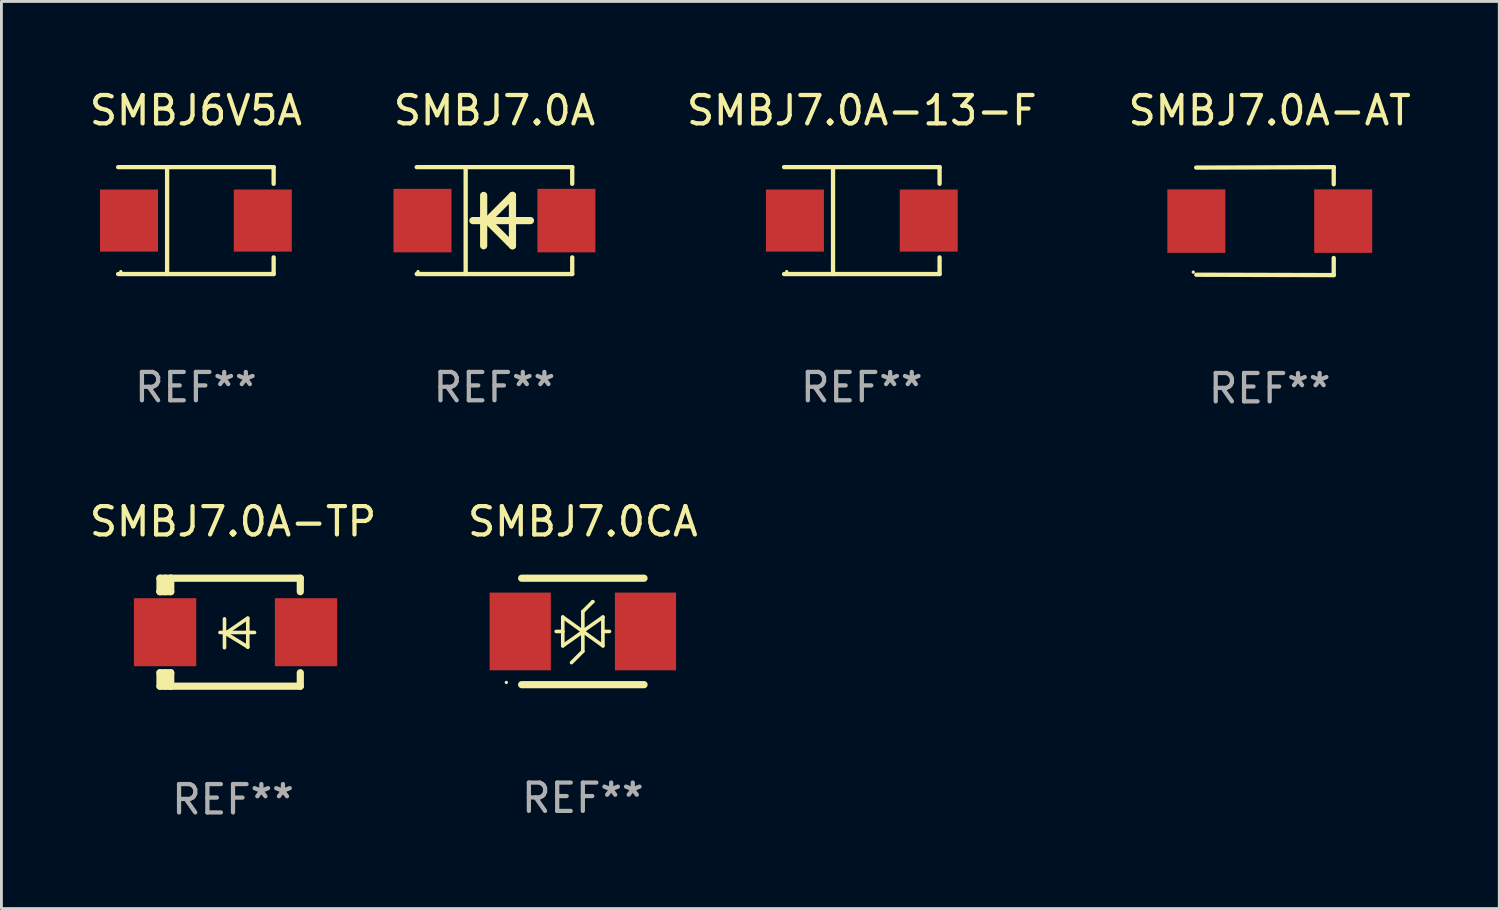
<source format=kicad_pcb>
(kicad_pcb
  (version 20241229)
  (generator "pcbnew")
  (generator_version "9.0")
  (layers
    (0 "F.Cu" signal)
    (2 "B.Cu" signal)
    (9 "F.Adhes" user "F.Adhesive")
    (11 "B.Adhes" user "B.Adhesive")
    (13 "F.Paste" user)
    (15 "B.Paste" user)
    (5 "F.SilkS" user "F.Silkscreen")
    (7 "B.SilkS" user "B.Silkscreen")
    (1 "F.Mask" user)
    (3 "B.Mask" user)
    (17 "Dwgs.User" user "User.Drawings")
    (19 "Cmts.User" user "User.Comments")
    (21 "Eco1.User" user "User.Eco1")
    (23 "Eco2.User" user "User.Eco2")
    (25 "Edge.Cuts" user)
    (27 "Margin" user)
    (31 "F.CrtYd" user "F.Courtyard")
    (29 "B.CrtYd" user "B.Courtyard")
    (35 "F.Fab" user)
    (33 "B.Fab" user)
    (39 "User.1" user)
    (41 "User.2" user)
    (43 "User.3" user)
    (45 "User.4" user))
  (footprint "SMBJ7.0A-TP"
    (layer "F.Cu")
    (at 5.173 19.26)
    (property "Reference" "SMBJ7.0A-TP" (at 0 -3.905 0) (layer "F.SilkS") (effects (font (size 1 1) (thickness 0.15))))
    (attr through_hole)
    (fp_line (start -2.577 -1.905) (end -2.577 -1.431) (stroke (width 0.254) (type solid)) (layer "F.SilkS"))
    (fp_line (start -2.577 1.431) (end -2.577 1.905) (stroke (width 0.254) (type solid)) (layer "F.SilkS"))
    (fp_line (start -2.577 1.431) (end -2.198 1.431) (stroke (width 0.254) (type solid)) (layer "F.SilkS"))
    (fp_line (start -2.577 1.905) (end -2.198 1.905) (stroke (width 0.254) (type solid)) (layer "F.SilkS"))
    (fp_line (start -2.577 -1.431) (end -2.577 -1.431) (stroke (width 0.254) (type solid)) (layer "F.SilkS"))
    (fp_line (start -2.395 -1.431) (end -2.395 -1.905) (stroke (width 0.254) (type solid)) (layer "F.SilkS"))
    (fp_line (start -2.395 1.905) (end -2.395 1.431) (stroke (width 0.254) (type solid)) (layer "F.SilkS"))
    (fp_line (start -2.198 -1.905) (end -2.577 -1.905) (stroke (width 0.254) (type solid)) (layer "F.SilkS"))
    (fp_line (start -2.198 -1.905) (end 2.374 -1.905) (stroke (width 0.254) (type solid)) (layer "F.SilkS"))
    (fp_line (start -2.198 -1.431) (end -2.577 -1.431) (stroke (width 0.254) (type solid)) (layer "F.SilkS"))
    (fp_line (start -2.198 -1.431) (end -2.198 -1.905) (stroke (width 0.254) (type solid)) (layer "F.SilkS"))
    (fp_line (start -2.198 1.905) (end -2.198 1.431) (stroke (width 0.254) (type solid)) (layer "F.SilkS"))
    (fp_line (start -0.46 0.01) (end 0.759 0.01) (stroke (width 0.127) (type solid)) (layer "F.SilkS"))
    (fp_line (start -0.301 -0.47) (end -0.301 0.546) (stroke (width 0.127) (type solid)) (layer "F.SilkS"))
    (fp_line (start -0.262 0.04) (end 0.521 0.52) (stroke (width 0.127) (type solid)) (layer "F.SilkS"))
    (fp_line (start 0.521 -0.5) (end -0.262 0.04) (stroke (width 0.127) (type solid)) (layer "F.SilkS"))
    (fp_line (start 0.521 0.53) (end 0.521 -0.486) (stroke (width 0.127) (type solid)) (layer "F.SilkS"))
    (fp_line (start 2.374 -1.905) (end 2.374 -1.431) (stroke (width 0.254) (type solid)) (layer "F.SilkS"))
    (fp_line (start 2.374 1.431) (end 2.374 1.905) (stroke (width 0.254) (type solid)) (layer "F.SilkS"))
    (fp_line (start 2.374 1.905) (end -2.198 1.905) (stroke (width 0.254) (type solid)) (layer "F.SilkS"))
    (fp_circle (center -2.561 1.8) (end -2.531 1.8) (stroke (width 0.06) (type solid)) (fill no) (layer "F.SilkS"))
    (fp_text user "REF**" (at 0 5.905 0) (layer "F.Fab") (effects (font (size 1 1) (thickness 0.15))))
    (pad "1" smd rect (at -2.398 -0.000025) (size 2.2 2.4) (layers "F.Cu" "F.Mask" "F.Paste"))
    (pad "2" smd rect (at 2.577 -0.000025) (size 2.2 2.4) (layers "F.Cu" "F.Mask" "F.Paste")))
  (footprint "SMBJ7.0A-13-F"
    (layer "F.Cu")
    (at 27.363 4.734)
    (property "Reference" "SMBJ7.0A-13-F" (at 0 -3.886 0) (layer "F.SilkS") (effects (font (size 1 1) (thickness 0.15))))
    (attr through_hole)
    (fp_line (start -2.744 -1.886) (end 2.744 -1.886) (stroke (width 0.152) (type solid)) (layer "F.SilkS"))
    (fp_line (start -2.744 1.886) (end 2.744 1.886) (stroke (width 0.152) (type solid)) (layer "F.SilkS"))
    (fp_line (start -1.016 -1.886) (end -1.016 1.886) (stroke (width 0.152) (type solid)) (layer "F.SilkS"))
    (fp_line (start 2.744 -1.886) (end 2.744 -1.299) (stroke (width 0.152) (type solid)) (layer "F.SilkS"))
    (fp_line (start 2.744 1.886) (end 2.744 1.299) (stroke (width 0.152) (type solid)) (layer "F.SilkS"))
    (fp_circle (center -2.65 1.8) (end -2.62 1.8) (stroke (width 0.06) (type solid)) (fill no) (layer "F.SilkS"))
    (fp_text user "REF**" (at 0 5.886 0) (layer "F.Fab") (effects (font (size 1 1) (thickness 0.15))))
    (pad "1" smd rect (at -2.361 0) (size 2.047 2.192) (layers "F.Cu" "F.Mask" "F.Paste"))
    (pad "2" smd rect (at 2.361 0) (size 2.047 2.192) (layers "F.Cu" "F.Mask" "F.Paste")))
  (footprint "SMBJ6V5A"
    (layer "F.Cu")
    (at 3.863 4.734)
    (property "Reference" "SMBJ6V5A" (at 0 -3.886 0) (layer "F.SilkS") (effects (font (size 1 1) (thickness 0.15))))
    (attr through_hole)
    (fp_line (start -2.744 -1.886) (end 2.744 -1.886) (stroke (width 0.152) (type solid)) (layer "F.SilkS"))
    (fp_line (start -2.744 1.886) (end 2.744 1.886) (stroke (width 0.152) (type solid)) (layer "F.SilkS"))
    (fp_line (start -1.016 -1.886) (end -1.016 1.886) (stroke (width 0.152) (type solid)) (layer "F.SilkS"))
    (fp_line (start 2.744 -1.886) (end 2.744 -1.299) (stroke (width 0.152) (type solid)) (layer "F.SilkS"))
    (fp_line (start 2.744 1.886) (end 2.744 1.299) (stroke (width 0.152) (type solid)) (layer "F.SilkS"))
    (fp_circle (center -2.65 1.8) (end -2.62 1.8) (stroke (width 0.06) (type solid)) (fill no) (layer "F.SilkS"))
    (fp_text user "REF**" (at 0 5.886 0) (layer "F.Fab") (effects (font (size 1 1) (thickness 0.15))))
    (pad "1" smd rect (at -2.361 0) (size 2.047 2.192) (layers "F.Cu" "F.Mask" "F.Paste"))
    (pad "2" smd rect (at 2.361 0) (size 2.047 2.192) (layers "F.Cu" "F.Mask" "F.Paste")))
  (footprint "SMBJ7.0A-AT"
    (layer "F.Cu")
    (at 41.756 4.753)
    (property "Reference" "SMBJ7.0A-AT" (at 0 -3.905 0) (layer "F.SilkS") (effects (font (size 1 1) (thickness 0.15))))
    (attr through_hole)
    (fp_line (start 2.256 -1.905) (end -2.594 -1.889) (stroke (width 0.152) (type solid)) (layer "F.SilkS"))
    (fp_line (start 2.256 -1.905) (end 2.26 -1.905) (stroke (width 0.152) (type solid)) (layer "F.SilkS"))
    (fp_line (start 2.26 -1.905) (end 2.26 -1.301) (stroke (width 0.152) (type solid)) (layer "F.SilkS"))
    (fp_line (start 2.26 1.301) (end 2.26 1.905) (stroke (width 0.152) (type solid)) (layer "F.SilkS"))
    (fp_line (start 2.26 1.905) (end -2.59 1.892) (stroke (width 0.152) (type solid)) (layer "F.SilkS"))
    (fp_circle (center -2.697 1.8) (end -2.667 1.8) (stroke (width 0.06) (type solid)) (fill no) (layer "F.SilkS"))
    (fp_text user "REF**" (at 0 5.905 0) (layer "F.Fab") (effects (font (size 1 1) (thickness 0.15))))
    (pad "1" smd rect (at -2.588 0) (size 2.047 2.241) (layers "F.Cu" "F.Mask" "F.Paste"))
    (pad "2" smd rect (at 2.594 0) (size 2.047 2.241) (layers "F.Cu" "F.Mask" "F.Paste")))
  (footprint "SMBJ7.0A"
    (layer "F.Cu")
    (at 14.399 4.734)
    (property "Reference" "SMBJ7.0A" (at 0 -3.886 0) (layer "F.SilkS") (effects (font (size 1 1) (thickness 0.15))))
    (attr through_hole)
    (fp_line (start -2.744 -1.886) (end 2.744 -1.886) (stroke (width 0.152) (type solid)) (layer "F.SilkS"))
    (fp_line (start -2.744 1.886) (end 2.744 1.886) (stroke (width 0.152) (type solid)) (layer "F.SilkS"))
    (fp_line (start -1.016 -1.886) (end -1.016 1.886) (stroke (width 0.152) (type solid)) (layer "F.SilkS"))
    (fp_line (start -0.381 -0.889) (end -0.381 0.889) (stroke (width 0.254) (type solid)) (layer "F.SilkS"))
    (fp_line (start -0.366 0) (end -0.254 0) (stroke (width 0.254) (type solid)) (layer "F.SilkS"))
    (fp_line (start -0.254 0) (end -0.328 0) (stroke (width 0.254) (type solid)) (layer "F.SilkS"))
    (fp_line (start -0.254 0) (end 0.635 -0.889) (stroke (width 0.254) (type solid)) (layer "F.SilkS"))
    (fp_line (start 0.635 -0.889) (end 0.635 0.889) (stroke (width 0.254) (type solid)) (layer "F.SilkS"))
    (fp_line (start 0.635 0.889) (end -0.254 0) (stroke (width 0.254) (type solid)) (layer "F.SilkS"))
    (fp_line (start 1.27 0) (end -0.762 0) (stroke (width 0.254) (type solid)) (layer "F.SilkS"))
    (fp_line (start 2.744 -1.886) (end 2.744 -1.299) (stroke (width 0.152) (type solid)) (layer "F.SilkS"))
    (fp_line (start 2.744 1.886) (end 2.744 1.299) (stroke (width 0.152) (type solid)) (layer "F.SilkS"))
    (fp_circle (center -2.698 1.8) (end -2.668 1.8) (stroke (width 0.06) (type solid)) (fill no) (layer "F.SilkS"))
    (fp_text user "REF**" (at 0 5.886 0) (layer "F.Fab") (effects (font (size 1 1) (thickness 0.15))))
    (pad "1" smd rect (at -2.54 0) (size 2.047 2.241) (layers "F.Cu" "F.Mask" "F.Paste"))
    (pad "2" smd rect (at 2.54 0) (size 2.047 2.241) (layers "F.Cu" "F.Mask" "F.Paste")))
  (footprint "SMBJ7.0CA"
    (layer "F.Cu")
    (at 17.518 19.233)
    (property "Reference" "SMBJ7.0CA" (at 0 -3.878 0) (layer "F.SilkS") (effects (font (size 1 1) (thickness 0.15))))
    (attr through_hole)
    (fp_line (start -2.159 -1.878) (end 2.159 -1.878) (stroke (width 0.254) (type solid)) (layer "F.SilkS"))
    (fp_line (start -0.716 0) (end -0.94 0) (stroke (width 0.127) (type solid)) (layer "F.SilkS"))
    (fp_line (start -0.708 -0.508) (end -0.708 0.508) (stroke (width 0.127) (type solid)) (layer "F.SilkS"))
    (fp_line (start -0.708 -0.508) (end 0 0.003) (stroke (width 0.127) (type solid)) (layer "F.SilkS"))
    (fp_line (start -0.708 0.008) (end -0.716 0) (stroke (width 0.127) (type solid)) (layer "F.SilkS"))
    (fp_line (start -0.708 0.508) (end 0 0.007) (stroke (width 0.127) (type solid)) (layer "F.SilkS"))
    (fp_line (start 0 -0.7) (end 0 0.7) (stroke (width 0.127) (type solid)) (layer "F.SilkS"))
    (fp_line (start 0 -0.7) (end 0.35 -1.05) (stroke (width 0.127) (type solid)) (layer "F.SilkS"))
    (fp_line (start 0 0.7) (end -0.4 1.1) (stroke (width 0.127) (type solid)) (layer "F.SilkS"))
    (fp_line (start 0.35 -1.05) (end 0.35 -1.05) (stroke (width 0.127) (type solid)) (layer "F.SilkS"))
    (fp_line (start 0.708 0.008) (end 0.716 0) (stroke (width 0.127) (type solid)) (layer "F.SilkS"))
    (fp_line (start 0.708 0.508) (end 0.708 -0.508) (stroke (width 0.127) (type solid)) (layer "F.SilkS"))
    (fp_line (start 0.708 -0.508) (end 0 -0.007) (stroke (width 0.127) (type solid)) (layer "F.SilkS"))
    (fp_line (start 0.708 0.508) (end 0 -0.003) (stroke (width 0.127) (type solid)) (layer "F.SilkS"))
    (fp_line (start 0.716 0) (end 0.94 0) (stroke (width 0.127) (type solid)) (layer "F.SilkS"))
    (fp_line (start 2.159 1.878) (end -2.159 1.878) (stroke (width 0.254) (type solid)) (layer "F.SilkS"))
    (fp_circle (center -2.7 1.8) (end -2.67 1.8) (stroke (width 0.06) (type solid)) (fill no) (layer "F.SilkS"))
    (fp_text user "REF**" (at 0 5.878 0) (layer "F.Fab") (effects (font (size 1 1) (thickness 0.15))))
    (pad "1" smd rect (at -2.21 0) (size 2.159 2.743) (layers "F.Cu" "F.Mask" "F.Paste"))
    (pad "2" smd rect (at 2.21 0) (size 2.159 2.743) (layers "F.Cu" "F.Mask" "F.Paste")))
  (gr_rect
    (start -3 -3)
    (end 49.857 29.013)
    (stroke (width 0.1) (type default))
    (fill no)
    (layer "Edge.Cuts")))
</source>
